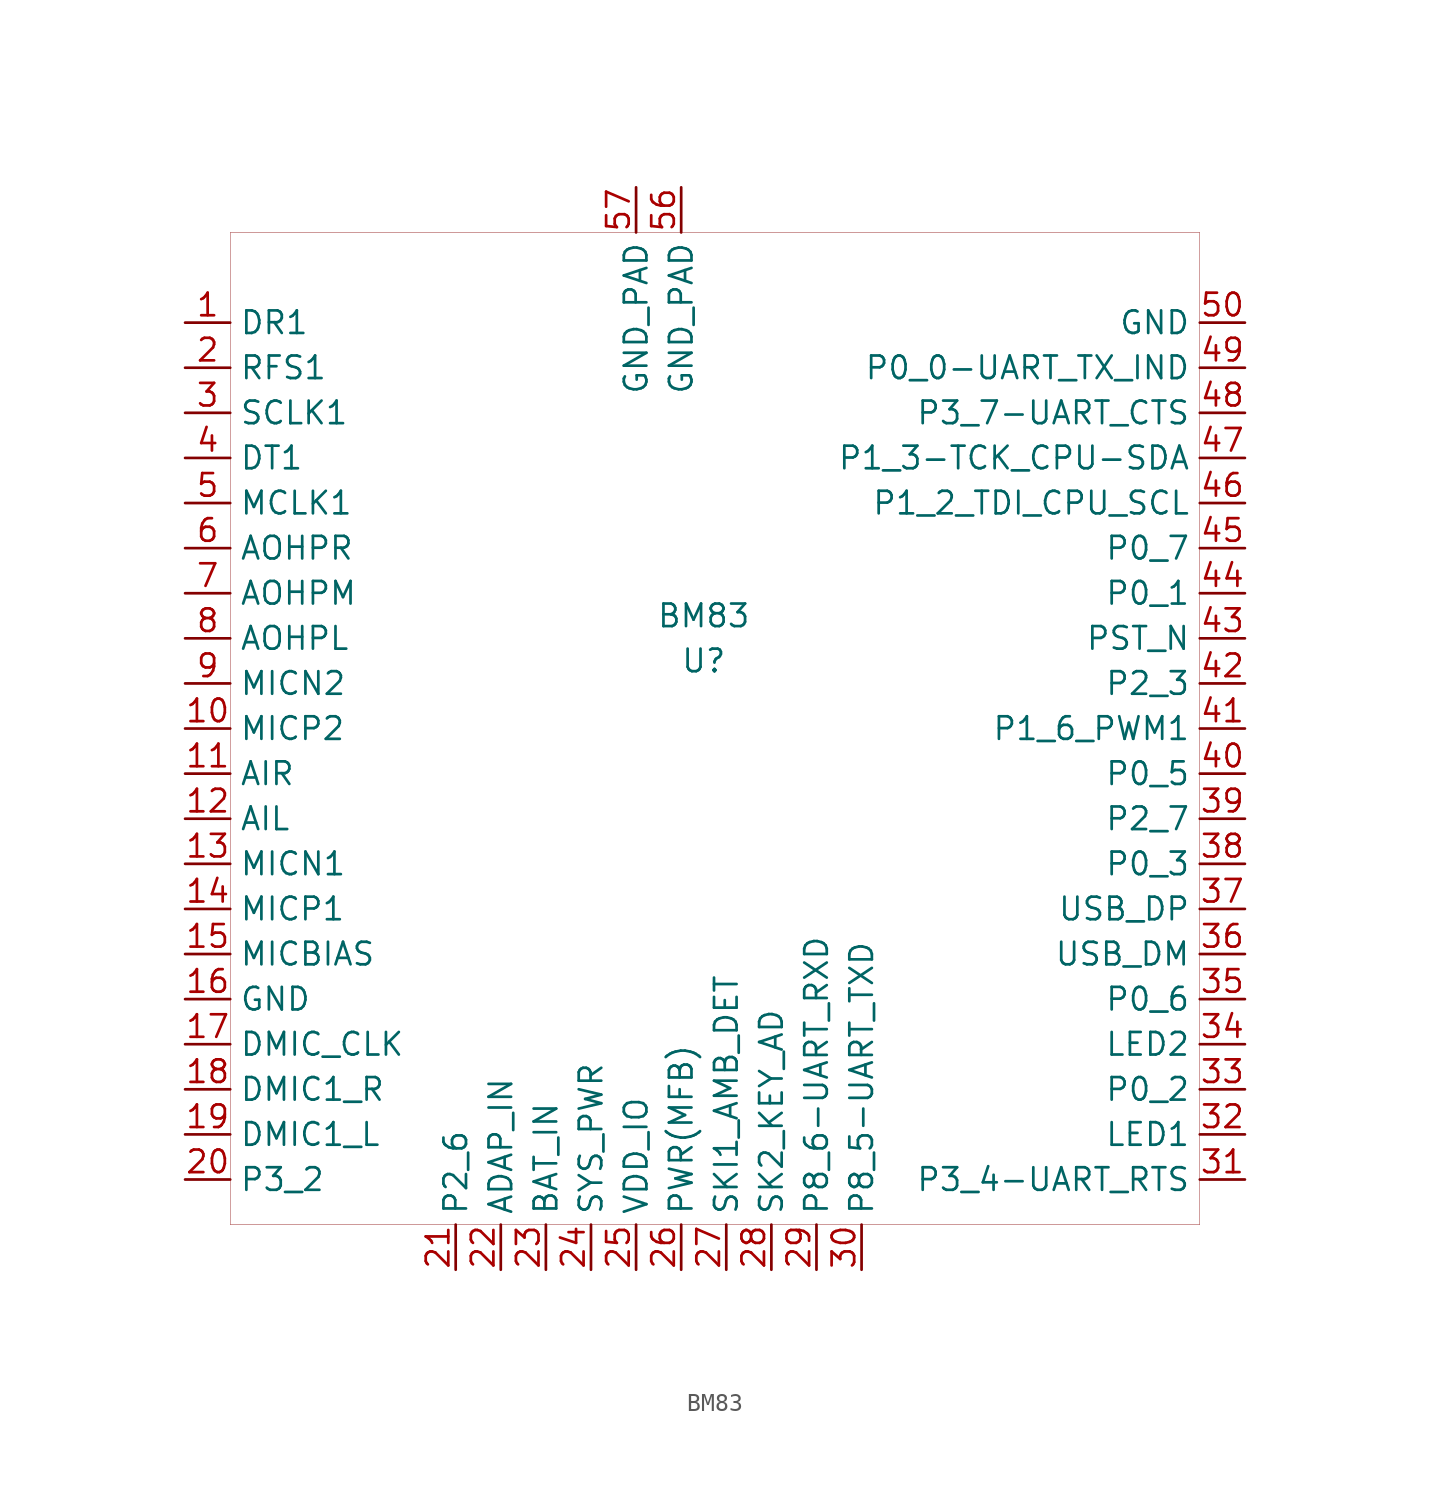
<source format=kicad_sym>
(kicad_symbol_lib
  (version 20200126)
  (host kicad_symbol_editor "5.99.0-unknown-6083c08~88~ubuntu18.04.1")
  (symbol "BM8x:BM83"
    (property "Reference" "U"
      (at 0 13.97 0)
      (effects (font (size 1.27 1.27))))
    (property "Value" "BM83"
      (at 0 16.51 0)
      (effects (font (size 1.27 1.27))))
    (symbol "BM83_0_1"
      (rectangle (start -26.67 -17.78) (end 27.94 38.1) (stroke (width 0.001)) (fill (type none))))
    (symbol "BM83_1_1"
      (pin input line (at -29.21 33.02 0) (length 2.54) (name "DR1" (effects (font (size 1.27 1.27)))) (number "1" (effects (font (size 1.27 1.27)))))
      (pin input line (at -29.21 30.48 0) (length 2.54) (name "RFS1" (effects (font (size 1.27 1.27)))) (number "2" (effects (font (size 1.27 1.27)))))
      (pin input line (at -29.21 27.94 0) (length 2.54) (name "SCLK1" (effects (font (size 1.27 1.27)))) (number "3" (effects (font (size 1.27 1.27)))))
      (pin input line (at -29.21 25.4 0) (length 2.54) (name "DT1" (effects (font (size 1.27 1.27)))) (number "4" (effects (font (size 1.27 1.27)))))
      (pin input line (at -29.21 22.86 0) (length 2.54) (name "MCLK1" (effects (font (size 1.27 1.27)))) (number "5" (effects (font (size 1.27 1.27)))))
      (pin input line (at -29.21 20.32 0) (length 2.54) (name "AOHPR" (effects (font (size 1.27 1.27)))) (number "6" (effects (font (size 1.27 1.27)))))
      (pin input line (at -29.21 17.78 0) (length 2.54) (name "AOHPM" (effects (font (size 1.27 1.27)))) (number "7" (effects (font (size 1.27 1.27)))))
      (pin input line (at -29.21 15.24 0) (length 2.54) (name "AOHPL" (effects (font (size 1.27 1.27)))) (number "8" (effects (font (size 1.27 1.27)))))
      (pin input line (at -29.21 12.7 0) (length 2.54) (name "MICN2" (effects (font (size 1.27 1.27)))) (number "9" (effects (font (size 1.27 1.27)))))
      (pin input line (at -29.21 10.16 0) (length 2.54) (name "MICP2" (effects (font (size 1.27 1.27)))) (number "10" (effects (font (size 1.27 1.27)))))
      (pin input line (at -29.21 7.62 0) (length 2.54) (name "AIR" (effects (font (size 1.27 1.27)))) (number "11" (effects (font (size 1.27 1.27)))))
      (pin input line (at -29.21 5.08 0) (length 2.54) (name "AIL" (effects (font (size 1.27 1.27)))) (number "12" (effects (font (size 1.27 1.27)))))
      (pin input line (at -29.21 2.54 0) (length 2.54) (name "MICN1" (effects (font (size 1.27 1.27)))) (number "13" (effects (font (size 1.27 1.27)))))
      (pin input line (at -29.21 0 0) (length 2.54) (name "MICP1" (effects (font (size 1.27 1.27)))) (number "14" (effects (font (size 1.27 1.27)))))
      (pin input line (at -29.21 -2.54 0) (length 2.54) (name "MICBIAS" (effects (font (size 1.27 1.27)))) (number "15" (effects (font (size 1.27 1.27)))))
      (pin input line (at -29.21 -5.08 0) (length 2.54) (name "GND" (effects (font (size 1.27 1.27)))) (number "16" (effects (font (size 1.27 1.27)))))
      (pin input line (at -29.21 -7.62 0) (length 2.54) (name "DMIC_CLK" (effects (font (size 1.27 1.27)))) (number "17" (effects (font (size 1.27 1.27)))))
      (pin input line (at -29.21 -10.16 0) (length 2.54) (name "DMIC1_R" (effects (font (size 1.27 1.27)))) (number "18" (effects (font (size 1.27 1.27)))))
      (pin input line (at -29.21 -12.7 0) (length 2.54) (name "DMIC1_L" (effects (font (size 1.27 1.27)))) (number "19" (effects (font (size 1.27 1.27)))))
      (pin input line (at -29.21 -15.24 0) (length 2.54) (name "P3_2" (effects (font (size 1.27 1.27)))) (number "20" (effects (font (size 1.27 1.27)))))
      (pin input line (at -13.97 -20.32 90) (length 2.54) (name "P2_6" (effects (font (size 1.27 1.27)))) (number "21" (effects (font (size 1.27 1.27)))))
      (pin input line (at -11.43 -20.32 90) (length 2.54) (name "ADAP_IN" (effects (font (size 1.27 1.27)))) (number "22" (effects (font (size 1.27 1.27)))))
      (pin input line (at -8.89 -20.32 90) (length 2.54) (name "BAT_IN" (effects (font (size 1.27 1.27)))) (number "23" (effects (font (size 1.27 1.27)))))
      (pin input line (at -6.35 -20.32 90) (length 2.54) (name "SYS_PWR" (effects (font (size 1.27 1.27)))) (number "24" (effects (font (size 1.27 1.27)))))
      (pin input line (at -3.81 -20.32 90) (length 2.54) (name "VDD_IO" (effects (font (size 1.27 1.27)))) (number "25" (effects (font (size 1.27 1.27)))))
      (pin input line (at -1.27 -20.32 90) (length 2.54) (name "PWR(MFB)" (effects (font (size 1.27 1.27)))) (number "26" (effects (font (size 1.27 1.27)))))
      (pin input line (at 1.27 -20.32 90) (length 2.54) (name "SKI1_AMB_DET" (effects (font (size 1.27 1.27)))) (number "27" (effects (font (size 1.27 1.27)))))
      (pin input line (at 3.81 -20.32 90) (length 2.54) (name "SK2_KEY_AD" (effects (font (size 1.27 1.27)))) (number "28" (effects (font (size 1.27 1.27)))))
      (pin input line (at 6.35 -20.32 90) (length 2.54) (name "P8_6-UART_RXD" (effects (font (size 1.27 1.27)))) (number "29" (effects (font (size 1.27 1.27)))))
      (pin input line (at 8.89 -20.32 90) (length 2.54) (name "P8_5-UART_TXD" (effects (font (size 1.27 1.27)))) (number "30" (effects (font (size 1.27 1.27)))))
      (pin input line (at 30.48 -15.24 180) (length 2.54) (name "P3_4-UART_RTS" (effects (font (size 1.27 1.27)))) (number "31" (effects (font (size 1.27 1.27)))))
      (pin input line (at 30.48 -12.7 180) (length 2.54) (name "LED1" (effects (font (size 1.27 1.27)))) (number "32" (effects (font (size 1.27 1.27)))))
      (pin input line (at 30.48 -10.16 180) (length 2.54) (name "P0_2" (effects (font (size 1.27 1.27)))) (number "33" (effects (font (size 1.27 1.27)))))
      (pin input line (at 30.48 -7.62 180) (length 2.54) (name "LED2" (effects (font (size 1.27 1.27)))) (number "34" (effects (font (size 1.27 1.27)))))
      (pin input line (at 30.48 -5.08 180) (length 2.54) (name "P0_6" (effects (font (size 1.27 1.27)))) (number "35" (effects (font (size 1.27 1.27)))))
      (pin input line (at 30.48 -2.54 180) (length 2.54) (name "USB_DM" (effects (font (size 1.27 1.27)))) (number "36" (effects (font (size 1.27 1.27)))))
      (pin input line (at 30.48 0 180) (length 2.54) (name "USB_DP" (effects (font (size 1.27 1.27)))) (number "37" (effects (font (size 1.27 1.27)))))
      (pin input line (at 30.48 2.54 180) (length 2.54) (name "P0_3" (effects (font (size 1.27 1.27)))) (number "38" (effects (font (size 1.27 1.27)))))
      (pin input line (at 30.48 5.08 180) (length 2.54) (name "P2_7" (effects (font (size 1.27 1.27)))) (number "39" (effects (font (size 1.27 1.27)))))
      (pin input line (at 30.48 7.62 180) (length 2.54) (name "P0_5" (effects (font (size 1.27 1.27)))) (number "40" (effects (font (size 1.27 1.27)))))
      (pin input line (at 30.48 10.16 180) (length 2.54) (name "P1_6_PWM1" (effects (font (size 1.27 1.27)))) (number "41" (effects (font (size 1.27 1.27)))))
      (pin input line (at 30.48 12.7 180) (length 2.54) (name "P2_3" (effects (font (size 1.27 1.27)))) (number "42" (effects (font (size 1.27 1.27)))))
      (pin input line (at 30.48 15.24 180) (length 2.54) (name "PST_N" (effects (font (size 1.27 1.27)))) (number "43" (effects (font (size 1.27 1.27)))))
      (pin input line (at 30.48 17.78 180) (length 2.54) (name "P0_1" (effects (font (size 1.27 1.27)))) (number "44" (effects (font (size 1.27 1.27)))))
      (pin input line (at 30.48 20.32 180) (length 2.54) (name "P0_7" (effects (font (size 1.27 1.27)))) (number "45" (effects (font (size 1.27 1.27)))))
      (pin input line (at 30.48 22.86 180) (length 2.54) (name "P1_2_TDI_CPU_SCL" (effects (font (size 1.27 1.27)))) (number "46" (effects (font (size 1.27 1.27)))))
      (pin input line (at 30.48 25.4 180) (length 2.54) (name "P1_3-TCK_CPU-SDA" (effects (font (size 1.27 1.27)))) (number "47" (effects (font (size 1.27 1.27)))))
      (pin input line (at 30.48 27.94 180) (length 2.54) (name "P3_7-UART_CTS" (effects (font (size 1.27 1.27)))) (number "48" (effects (font (size 1.27 1.27)))))
      (pin input line (at 30.48 30.48 180) (length 2.54) (name "P0_0-UART_TX_IND" (effects (font (size 1.27 1.27)))) (number "49" (effects (font (size 1.27 1.27)))))
      (pin input line (at 30.48 33.02 180) (length 2.54) (name "GND" (effects (font (size 1.27 1.27)))) (number "50" (effects (font (size 1.27 1.27)))))
      (pin input line (at -1.27 40.64 270) (length 2.54) (name "GND_PAD" (effects (font (size 1.27 1.27)))) (number "56" (effects (font (size 1.27 1.27)))))
      (pin input line (at -3.81 40.64 270) (length 2.54) (name "GND_PAD" (effects (font (size 1.27 1.27)))) (number "57" (effects (font (size 1.27 1.27))))))))
</source>
